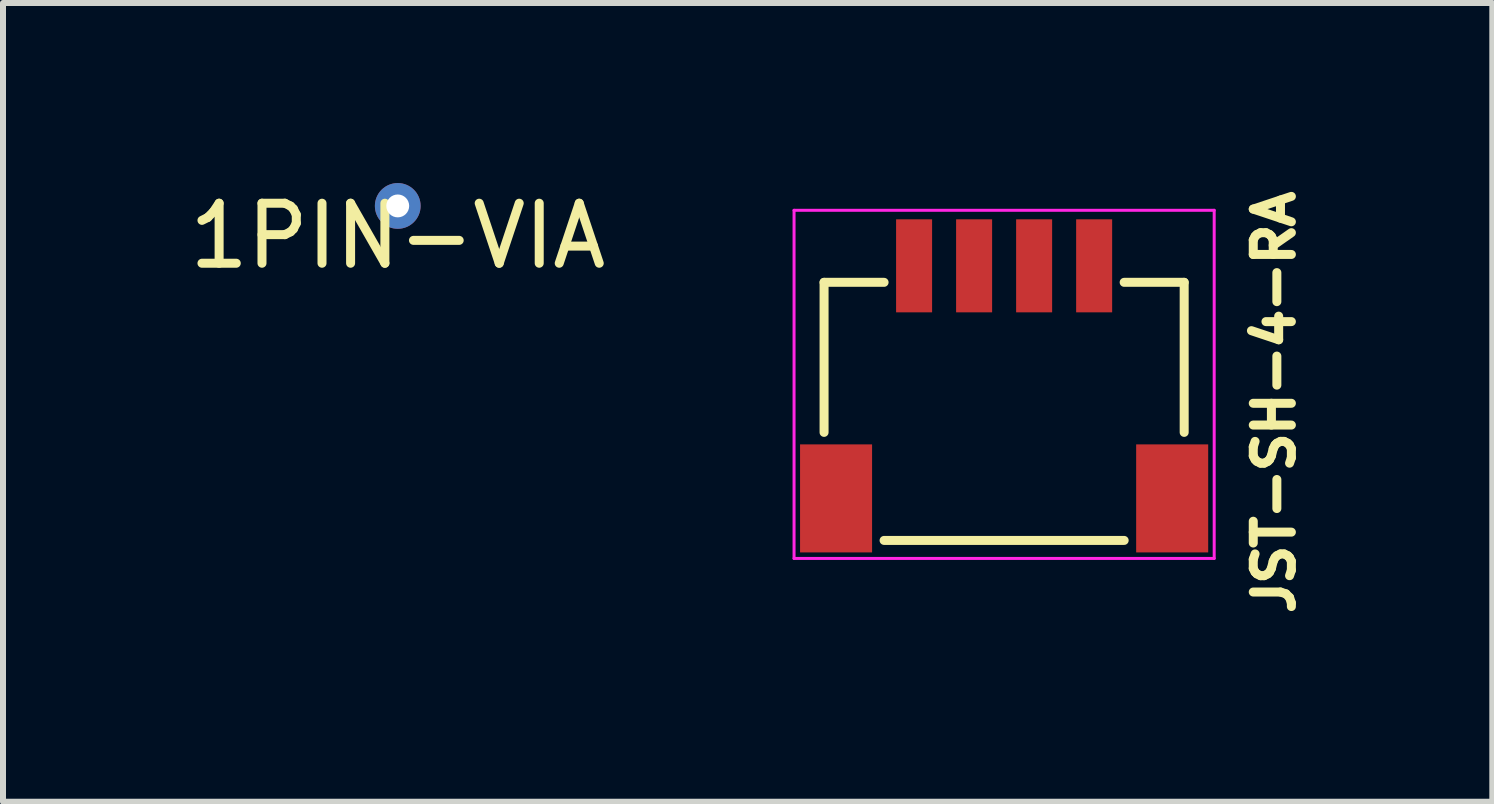
<source format=kicad_pcb>
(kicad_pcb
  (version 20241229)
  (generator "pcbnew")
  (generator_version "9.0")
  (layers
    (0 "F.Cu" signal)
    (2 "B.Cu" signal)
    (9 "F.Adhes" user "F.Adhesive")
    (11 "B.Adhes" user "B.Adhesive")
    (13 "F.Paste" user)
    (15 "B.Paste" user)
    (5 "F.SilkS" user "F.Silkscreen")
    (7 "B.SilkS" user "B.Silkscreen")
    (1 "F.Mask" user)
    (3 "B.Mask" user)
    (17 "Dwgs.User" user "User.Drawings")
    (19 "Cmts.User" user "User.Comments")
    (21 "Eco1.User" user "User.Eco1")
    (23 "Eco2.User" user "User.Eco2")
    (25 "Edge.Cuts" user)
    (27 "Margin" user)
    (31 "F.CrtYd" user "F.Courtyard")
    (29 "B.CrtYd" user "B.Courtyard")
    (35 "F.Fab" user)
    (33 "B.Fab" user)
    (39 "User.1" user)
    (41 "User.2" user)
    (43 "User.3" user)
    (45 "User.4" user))
  (footprint "JST-SH-4-RA"
    (layer "F.Cu")
    (at 13.68 6.154)
    (property "Reference" "JST-SH-4-RA" (at 4.5 -2.5 90) (layer "F.SilkS") (effects (font (size 0.635 0.635) (thickness 0.15))))
    (attr through_hole)
    (fp_line (start -3 -4.5) (end -2 -4.5) (stroke (width 0.15) (type solid)) (layer "F.SilkS"))
    (fp_line (start -3 -2) (end -3 -4.5) (stroke (width 0.15) (type solid)) (layer "F.SilkS"))
    (fp_line (start -2 -0.2) (end 2 -0.2) (stroke (width 0.15) (type solid)) (layer "F.SilkS"))
    (fp_line (start 2 -4.5) (end 3 -4.5) (stroke (width 0.15) (type solid)) (layer "F.SilkS"))
    (fp_line (start 3 -4.5) (end 3 -2) (stroke (width 0.15) (type solid)) (layer "F.SilkS"))
    (fp_line (start -3.5 -5.7) (end -3.5 0.1) (stroke (width 0.05) (type solid)) (layer "F.CrtYd"))
    (fp_line (start -3.5 0.1) (end 3.5 0.1) (stroke (width 0.05) (type solid)) (layer "F.CrtYd"))
    (fp_line (start 3.5 -5.7) (end -3.5 -5.7) (stroke (width 0.05) (type solid)) (layer "F.CrtYd"))
    (fp_line (start 3.5 0.1) (end 3.5 -5.7) (stroke (width 0.05) (type solid)) (layer "F.CrtYd"))
    (pad "1" smd rect (at -1.5 -4.775) (size 0.6 1.55) (layers "F.Cu" "F.Mask" "F.Paste"))
    (pad "2" smd rect (at -0.5 -4.775) (size 0.6 1.55) (layers "F.Cu" "F.Mask" "F.Paste"))
    (pad "3" smd rect (at 0.5 -4.775) (size 0.6 1.55) (layers "F.Cu" "F.Mask" "F.Paste"))
    (pad "4" smd rect (at 1.5 -4.775) (size 0.6 1.55) (layers "F.Cu" "F.Mask" "F.Paste"))
    (pad "NC" smd rect (at -2.8 -0.9) (size 1.2 1.8) (layers "F.Cu" "F.Mask" "F.Paste"))
    (pad "NC" smd rect (at 2.8 -0.9) (size 1.2 1.8) (layers "F.Cu" "F.Mask" "F.Paste")))
  (footprint "1PIN-VIA"
    (layer "F.Cu")
    (at 3.577 0.381)
    (property "Reference" "1PIN-VIA" (at 0 0.5 0) (layer "F.SilkS") (effects (font (size 1 1) (thickness 0.15))))
    (attr through_hole)
    (pad "1" thru_hole circle (at 0 0) (size 0.762 0.762) (drill 0.381) (layers "*.Cu")))
  (gr_rect
    (start -3 -3)
    (end 21.814 10.308)
    (stroke (width 0.1) (type default))
    (fill no)
    (layer "Edge.Cuts")))
</source>
